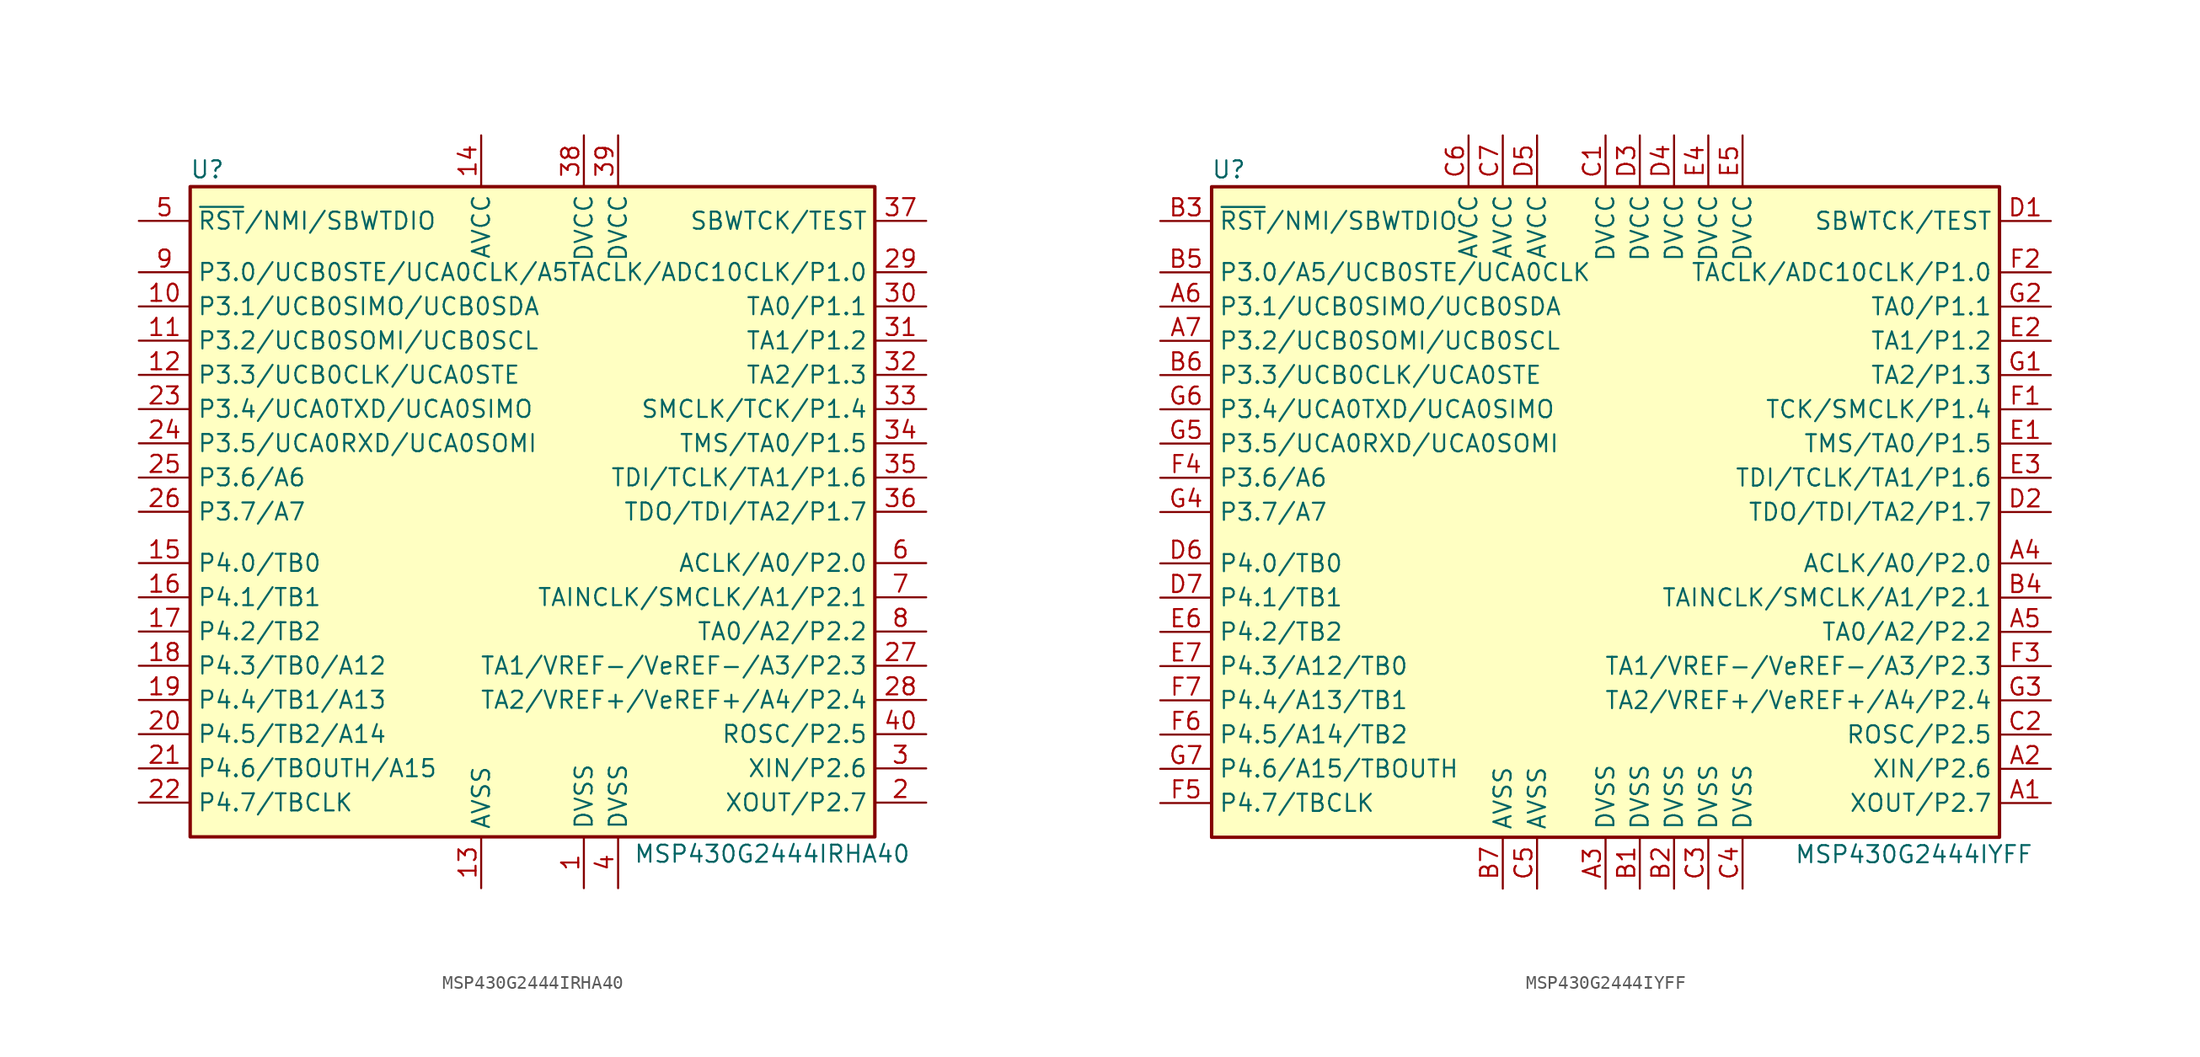
<source format=kicad_sym>
(kicad_symbol_lib
  (version 20201005)
  (generator kicad_symbol_editor)
  (symbol "MSP430G2444IRHA40"
    (property "Reference" "U"
      (at -24.13 25.4 0)
      (effects (font (size 1.27 1.27))))
    (property "Value" "MSP430G2444IRHA40"
      (at 17.78 -25.4 0)
      (effects (font (size 1.27 1.27))))
    (symbol "MSP430G2444IRHA40_0_1"
      (rectangle (start -25.4 24.13) (end 25.4 -24.13) (stroke (width 0.254)) (fill (type background))))
    (symbol "MSP430G2444IRHA40_1_1"
      (pin power_in line (at 3.81 -27.94 90) (length 3.81) (name "DVSS" (effects (font (size 1.27 1.27)))) (number "1" (effects (font (size 1.27 1.27)))))
      (pin bidirectional line (at -29.21 15.24 0) (length 3.81) (name "P3.1/UCB0SIMO/UCB0SDA" (effects (font (size 1.27 1.27)))) (number "10" (effects (font (size 1.27 1.27)))))
      (pin bidirectional line (at -29.21 12.7 0) (length 3.81) (name "P3.2/UCB0SOMI/UCB0SCL" (effects (font (size 1.27 1.27)))) (number "11" (effects (font (size 1.27 1.27)))))
      (pin bidirectional line (at -29.21 10.16 0) (length 3.81) (name "P3.3/UCB0CLK/UCA0STE" (effects (font (size 1.27 1.27)))) (number "12" (effects (font (size 1.27 1.27)))))
      (pin power_in line (at -3.81 -27.94 90) (length 3.81) (name "AVSS" (effects (font (size 1.27 1.27)))) (number "13" (effects (font (size 1.27 1.27)))))
      (pin power_in line (at -3.81 27.94 270) (length 3.81) (name "AVCC" (effects (font (size 1.27 1.27)))) (number "14" (effects (font (size 1.27 1.27)))))
      (pin bidirectional line (at -29.21 -3.81 0) (length 3.81) (name "P4.0/TB0" (effects (font (size 1.27 1.27)))) (number "15" (effects (font (size 1.27 1.27)))))
      (pin bidirectional line (at -29.21 -6.35 0) (length 3.81) (name "P4.1/TB1" (effects (font (size 1.27 1.27)))) (number "16" (effects (font (size 1.27 1.27)))))
      (pin bidirectional line (at -29.21 -8.89 0) (length 3.81) (name "P4.2/TB2" (effects (font (size 1.27 1.27)))) (number "17" (effects (font (size 1.27 1.27)))))
      (pin bidirectional line (at -29.21 -11.43 0) (length 3.81) (name "P4.3/TB0/A12" (effects (font (size 1.27 1.27)))) (number "18" (effects (font (size 1.27 1.27)))))
      (pin bidirectional line (at -29.21 -13.97 0) (length 3.81) (name "P4.4/TB1/A13" (effects (font (size 1.27 1.27)))) (number "19" (effects (font (size 1.27 1.27)))))
      (pin bidirectional line (at 29.21 -21.59 180) (length 3.81) (name "XOUT/P2.7" (effects (font (size 1.27 1.27)))) (number "2" (effects (font (size 1.27 1.27)))))
      (pin bidirectional line (at -29.21 -16.51 0) (length 3.81) (name "P4.5/TB2/A14" (effects (font (size 1.27 1.27)))) (number "20" (effects (font (size 1.27 1.27)))))
      (pin bidirectional line (at -29.21 -19.05 0) (length 3.81) (name "P4.6/TBOUTH/A15" (effects (font (size 1.27 1.27)))) (number "21" (effects (font (size 1.27 1.27)))))
      (pin bidirectional line (at -29.21 -21.59 0) (length 3.81) (name "P4.7/TBCLK" (effects (font (size 1.27 1.27)))) (number "22" (effects (font (size 1.27 1.27)))))
      (pin bidirectional line (at -29.21 7.62 0) (length 3.81) (name "P3.4/UCA0TXD/UCA0SIMO" (effects (font (size 1.27 1.27)))) (number "23" (effects (font (size 1.27 1.27)))))
      (pin bidirectional line (at -29.21 5.08 0) (length 3.81) (name "P3.5/UCA0RXD/UCA0SOMI" (effects (font (size 1.27 1.27)))) (number "24" (effects (font (size 1.27 1.27)))))
      (pin bidirectional line (at -29.21 2.54 0) (length 3.81) (name "P3.6/A6" (effects (font (size 1.27 1.27)))) (number "25" (effects (font (size 1.27 1.27)))))
      (pin bidirectional line (at -29.21 0 0) (length 3.81) (name "P3.7/A7" (effects (font (size 1.27 1.27)))) (number "26" (effects (font (size 1.27 1.27)))))
      (pin bidirectional line (at 29.21 -11.43 180) (length 3.81) (name "TA1/VREF-/VeREF-/A3/P2.3" (effects (font (size 1.27 1.27)))) (number "27" (effects (font (size 1.27 1.27)))))
      (pin bidirectional line (at 29.21 -13.97 180) (length 3.81) (name "TA2/VREF+/VeREF+/A4/P2.4" (effects (font (size 1.27 1.27)))) (number "28" (effects (font (size 1.27 1.27)))))
      (pin bidirectional line (at 29.21 17.78 180) (length 3.81) (name "TACLK/ADC10CLK/P1.0" (effects (font (size 1.27 1.27)))) (number "29" (effects (font (size 1.27 1.27)))))
      (pin bidirectional line (at 29.21 -19.05 180) (length 3.81) (name "XIN/P2.6" (effects (font (size 1.27 1.27)))) (number "3" (effects (font (size 1.27 1.27)))))
      (pin bidirectional line (at 29.21 15.24 180) (length 3.81) (name "TA0/P1.1" (effects (font (size 1.27 1.27)))) (number "30" (effects (font (size 1.27 1.27)))))
      (pin bidirectional line (at 29.21 12.7 180) (length 3.81) (name "TA1/P1.2" (effects (font (size 1.27 1.27)))) (number "31" (effects (font (size 1.27 1.27)))))
      (pin bidirectional line (at 29.21 10.16 180) (length 3.81) (name "TA2/P1.3" (effects (font (size 1.27 1.27)))) (number "32" (effects (font (size 1.27 1.27)))))
      (pin bidirectional line (at 29.21 7.62 180) (length 3.81) (name "SMCLK/TCK/P1.4" (effects (font (size 1.27 1.27)))) (number "33" (effects (font (size 1.27 1.27)))))
      (pin bidirectional line (at 29.21 5.08 180) (length 3.81) (name "TMS/TA0/P1.5" (effects (font (size 1.27 1.27)))) (number "34" (effects (font (size 1.27 1.27)))))
      (pin bidirectional line (at 29.21 2.54 180) (length 3.81) (name "TDI/TCLK/TA1/P1.6" (effects (font (size 1.27 1.27)))) (number "35" (effects (font (size 1.27 1.27)))))
      (pin bidirectional line (at 29.21 0 180) (length 3.81) (name "TDO/TDI/TA2/P1.7" (effects (font (size 1.27 1.27)))) (number "36" (effects (font (size 1.27 1.27)))))
      (pin input line (at 29.21 21.59 180) (length 3.81) (name "SBWTCK/TEST" (effects (font (size 1.27 1.27)))) (number "37" (effects (font (size 1.27 1.27)))))
      (pin power_in line (at 3.81 27.94 270) (length 3.81) (name "DVCC" (effects (font (size 1.27 1.27)))) (number "38" (effects (font (size 1.27 1.27)))))
      (pin power_in line (at 6.35 27.94 270) (length 3.81) (name "DVCC" (effects (font (size 1.27 1.27)))) (number "39" (effects (font (size 1.27 1.27)))))
      (pin power_in line (at 6.35 -27.94 90) (length 3.81) (name "DVSS" (effects (font (size 1.27 1.27)))) (number "4" (effects (font (size 1.27 1.27)))))
      (pin bidirectional line (at 29.21 -16.51 180) (length 3.81) (name "ROSC/P2.5" (effects (font (size 1.27 1.27)))) (number "40" (effects (font (size 1.27 1.27)))))
      (pin input line (at -29.21 21.59 0) (length 3.81) (name "~RST~/NMI/SBWTDIO" (effects (font (size 1.27 1.27)))) (number "5" (effects (font (size 1.27 1.27)))))
      (pin bidirectional line (at 29.21 -3.81 180) (length 3.81) (name "ACLK/A0/P2.0" (effects (font (size 1.27 1.27)))) (number "6" (effects (font (size 1.27 1.27)))))
      (pin bidirectional line (at 29.21 -6.35 180) (length 3.81) (name "TAINCLK/SMCLK/A1/P2.1" (effects (font (size 1.27 1.27)))) (number "7" (effects (font (size 1.27 1.27)))))
      (pin bidirectional line (at 29.21 -8.89 180) (length 3.81) (name "TA0/A2/P2.2" (effects (font (size 1.27 1.27)))) (number "8" (effects (font (size 1.27 1.27)))))
      (pin bidirectional line (at -29.21 17.78 0) (length 3.81) (name "P3.0/UCB0STE/UCA0CLK/A5" (effects (font (size 1.27 1.27)))) (number "9" (effects (font (size 1.27 1.27)))))))
  (symbol "MSP430G2444IYFF"
    (property "Reference" "U"
      (at -27.94 25.4 0)
      (effects (font (size 1.27 1.27))))
    (property "Value" "MSP430G2444IYFF"
      (at 22.86 -25.4 0)
      (effects (font (size 1.27 1.27))))
    (symbol "MSP430G2444IYFF_0_1"
      (rectangle (start -29.21 24.13) (end 29.21 -24.13) (stroke (width 0.254)) (fill (type background))))
    (symbol "MSP430G2444IYFF_1_1"
      (pin bidirectional line (at 33.02 -21.59 180) (length 3.81) (name "XOUT/P2.7" (effects (font (size 1.27 1.27)))) (number "A1" (effects (font (size 1.27 1.27)))))
      (pin bidirectional line (at 33.02 -19.05 180) (length 3.81) (name "XIN/P2.6" (effects (font (size 1.27 1.27)))) (number "A2" (effects (font (size 1.27 1.27)))))
      (pin power_in line (at 0 -27.94 90) (length 3.81) (name "DVSS" (effects (font (size 1.27 1.27)))) (number "A3" (effects (font (size 1.27 1.27)))))
      (pin bidirectional line (at 33.02 -3.81 180) (length 3.81) (name "ACLK/A0/P2.0" (effects (font (size 1.27 1.27)))) (number "A4" (effects (font (size 1.27 1.27)))))
      (pin bidirectional line (at 33.02 -8.89 180) (length 3.81) (name "TA0/A2/P2.2" (effects (font (size 1.27 1.27)))) (number "A5" (effects (font (size 1.27 1.27)))))
      (pin bidirectional line (at -33.02 15.24 0) (length 3.81) (name "P3.1/UCB0SIMO/UCB0SDA" (effects (font (size 1.27 1.27)))) (number "A6" (effects (font (size 1.27 1.27)))))
      (pin bidirectional line (at -33.02 12.7 0) (length 3.81) (name "P3.2/UCB0SOMI/UCB0SCL" (effects (font (size 1.27 1.27)))) (number "A7" (effects (font (size 1.27 1.27)))))
      (pin power_in line (at 2.54 -27.94 90) (length 3.81) (name "DVSS" (effects (font (size 1.27 1.27)))) (number "B1" (effects (font (size 1.27 1.27)))))
      (pin power_in line (at 5.08 -27.94 90) (length 3.81) (name "DVSS" (effects (font (size 1.27 1.27)))) (number "B2" (effects (font (size 1.27 1.27)))))
      (pin input line (at -33.02 21.59 0) (length 3.81) (name "~RST~/NMI/SBWTDIO" (effects (font (size 1.27 1.27)))) (number "B3" (effects (font (size 1.27 1.27)))))
      (pin bidirectional line (at 33.02 -6.35 180) (length 3.81) (name "TAINCLK/SMCLK/A1/P2.1" (effects (font (size 1.27 1.27)))) (number "B4" (effects (font (size 1.27 1.27)))))
      (pin bidirectional line (at -33.02 17.78 0) (length 3.81) (name "P3.0/A5/UCB0STE/UCA0CLK" (effects (font (size 1.27 1.27)))) (number "B5" (effects (font (size 1.27 1.27)))))
      (pin bidirectional line (at -33.02 10.16 0) (length 3.81) (name "P3.3/UCB0CLK/UCA0STE" (effects (font (size 1.27 1.27)))) (number "B6" (effects (font (size 1.27 1.27)))))
      (pin power_in line (at -7.62 -27.94 90) (length 3.81) (name "AVSS" (effects (font (size 1.27 1.27)))) (number "B7" (effects (font (size 1.27 1.27)))))
      (pin power_in line (at 0 27.94 270) (length 3.81) (name "DVCC" (effects (font (size 1.27 1.27)))) (number "C1" (effects (font (size 1.27 1.27)))))
      (pin bidirectional line (at 33.02 -16.51 180) (length 3.81) (name "ROSC/P2.5" (effects (font (size 1.27 1.27)))) (number "C2" (effects (font (size 1.27 1.27)))))
      (pin power_in line (at 7.62 -27.94 90) (length 3.81) (name "DVSS" (effects (font (size 1.27 1.27)))) (number "C3" (effects (font (size 1.27 1.27)))))
      (pin power_in line (at 10.16 -27.94 90) (length 3.81) (name "DVSS" (effects (font (size 1.27 1.27)))) (number "C4" (effects (font (size 1.27 1.27)))))
      (pin power_in line (at -5.08 -27.94 90) (length 3.81) (name "AVSS" (effects (font (size 1.27 1.27)))) (number "C5" (effects (font (size 1.27 1.27)))))
      (pin power_in line (at -10.16 27.94 270) (length 3.81) (name "AVCC" (effects (font (size 1.27 1.27)))) (number "C6" (effects (font (size 1.27 1.27)))))
      (pin power_in line (at -7.62 27.94 270) (length 3.81) (name "AVCC" (effects (font (size 1.27 1.27)))) (number "C7" (effects (font (size 1.27 1.27)))))
      (pin input line (at 33.02 21.59 180) (length 3.81) (name "SBWTCK/TEST" (effects (font (size 1.27 1.27)))) (number "D1" (effects (font (size 1.27 1.27)))))
      (pin bidirectional line (at 33.02 0 180) (length 3.81) (name "TDO/TDI/TA2/P1.7" (effects (font (size 1.27 1.27)))) (number "D2" (effects (font (size 1.27 1.27)))))
      (pin power_in line (at 2.54 27.94 270) (length 3.81) (name "DVCC" (effects (font (size 1.27 1.27)))) (number "D3" (effects (font (size 1.27 1.27)))))
      (pin power_in line (at 5.08 27.94 270) (length 3.81) (name "DVCC" (effects (font (size 1.27 1.27)))) (number "D4" (effects (font (size 1.27 1.27)))))
      (pin power_in line (at -5.08 27.94 270) (length 3.81) (name "AVCC" (effects (font (size 1.27 1.27)))) (number "D5" (effects (font (size 1.27 1.27)))))
      (pin bidirectional line (at -33.02 -3.81 0) (length 3.81) (name "P4.0/TB0" (effects (font (size 1.27 1.27)))) (number "D6" (effects (font (size 1.27 1.27)))))
      (pin bidirectional line (at -33.02 -6.35 0) (length 3.81) (name "P4.1/TB1" (effects (font (size 1.27 1.27)))) (number "D7" (effects (font (size 1.27 1.27)))))
      (pin bidirectional line (at 33.02 5.08 180) (length 3.81) (name "TMS/TA0/P1.5" (effects (font (size 1.27 1.27)))) (number "E1" (effects (font (size 1.27 1.27)))))
      (pin bidirectional line (at 33.02 12.7 180) (length 3.81) (name "TA1/P1.2" (effects (font (size 1.27 1.27)))) (number "E2" (effects (font (size 1.27 1.27)))))
      (pin bidirectional line (at 33.02 2.54 180) (length 3.81) (name "TDI/TCLK/TA1/P1.6" (effects (font (size 1.27 1.27)))) (number "E3" (effects (font (size 1.27 1.27)))))
      (pin power_in line (at 7.62 27.94 270) (length 3.81) (name "DVCC" (effects (font (size 1.27 1.27)))) (number "E4" (effects (font (size 1.27 1.27)))))
      (pin power_in line (at 10.16 27.94 270) (length 3.81) (name "DVCC" (effects (font (size 1.27 1.27)))) (number "E5" (effects (font (size 1.27 1.27)))))
      (pin bidirectional line (at -33.02 -8.89 0) (length 3.81) (name "P4.2/TB2" (effects (font (size 1.27 1.27)))) (number "E6" (effects (font (size 1.27 1.27)))))
      (pin bidirectional line (at -33.02 -11.43 0) (length 3.81) (name "P4.3/A12/TB0" (effects (font (size 1.27 1.27)))) (number "E7" (effects (font (size 1.27 1.27)))))
      (pin bidirectional line (at 33.02 7.62 180) (length 3.81) (name "TCK/SMCLK/P1.4" (effects (font (size 1.27 1.27)))) (number "F1" (effects (font (size 1.27 1.27)))))
      (pin bidirectional line (at 33.02 17.78 180) (length 3.81) (name "TACLK/ADC10CLK/P1.0" (effects (font (size 1.27 1.27)))) (number "F2" (effects (font (size 1.27 1.27)))))
      (pin bidirectional line (at 33.02 -11.43 180) (length 3.81) (name "TA1/VREF-/VeREF-/A3/P2.3" (effects (font (size 1.27 1.27)))) (number "F3" (effects (font (size 1.27 1.27)))))
      (pin bidirectional line (at -33.02 2.54 0) (length 3.81) (name "P3.6/A6" (effects (font (size 1.27 1.27)))) (number "F4" (effects (font (size 1.27 1.27)))))
      (pin bidirectional line (at -33.02 -21.59 0) (length 3.81) (name "P4.7/TBCLK" (effects (font (size 1.27 1.27)))) (number "F5" (effects (font (size 1.27 1.27)))))
      (pin bidirectional line (at -33.02 -16.51 0) (length 3.81) (name "P4.5/A14/TB2" (effects (font (size 1.27 1.27)))) (number "F6" (effects (font (size 1.27 1.27)))))
      (pin bidirectional line (at -33.02 -13.97 0) (length 3.81) (name "P4.4/A13/TB1" (effects (font (size 1.27 1.27)))) (number "F7" (effects (font (size 1.27 1.27)))))
      (pin bidirectional line (at 33.02 10.16 180) (length 3.81) (name "TA2/P1.3" (effects (font (size 1.27 1.27)))) (number "G1" (effects (font (size 1.27 1.27)))))
      (pin bidirectional line (at 33.02 15.24 180) (length 3.81) (name "TA0/P1.1" (effects (font (size 1.27 1.27)))) (number "G2" (effects (font (size 1.27 1.27)))))
      (pin bidirectional line (at 33.02 -13.97 180) (length 3.81) (name "TA2/VREF+/VeREF+/A4/P2.4" (effects (font (size 1.27 1.27)))) (number "G3" (effects (font (size 1.27 1.27)))))
      (pin bidirectional line (at -33.02 0 0) (length 3.81) (name "P3.7/A7" (effects (font (size 1.27 1.27)))) (number "G4" (effects (font (size 1.27 1.27)))))
      (pin bidirectional line (at -33.02 5.08 0) (length 3.81) (name "P3.5/UCA0RXD/UCA0SOMI" (effects (font (size 1.27 1.27)))) (number "G5" (effects (font (size 1.27 1.27)))))
      (pin bidirectional line (at -33.02 7.62 0) (length 3.81) (name "P3.4/UCA0TXD/UCA0SIMO" (effects (font (size 1.27 1.27)))) (number "G6" (effects (font (size 1.27 1.27)))))
      (pin bidirectional line (at -33.02 -19.05 0) (length 3.81) (name "P4.6/A15/TBOUTH" (effects (font (size 1.27 1.27)))) (number "G7" (effects (font (size 1.27 1.27))))))))
</source>
